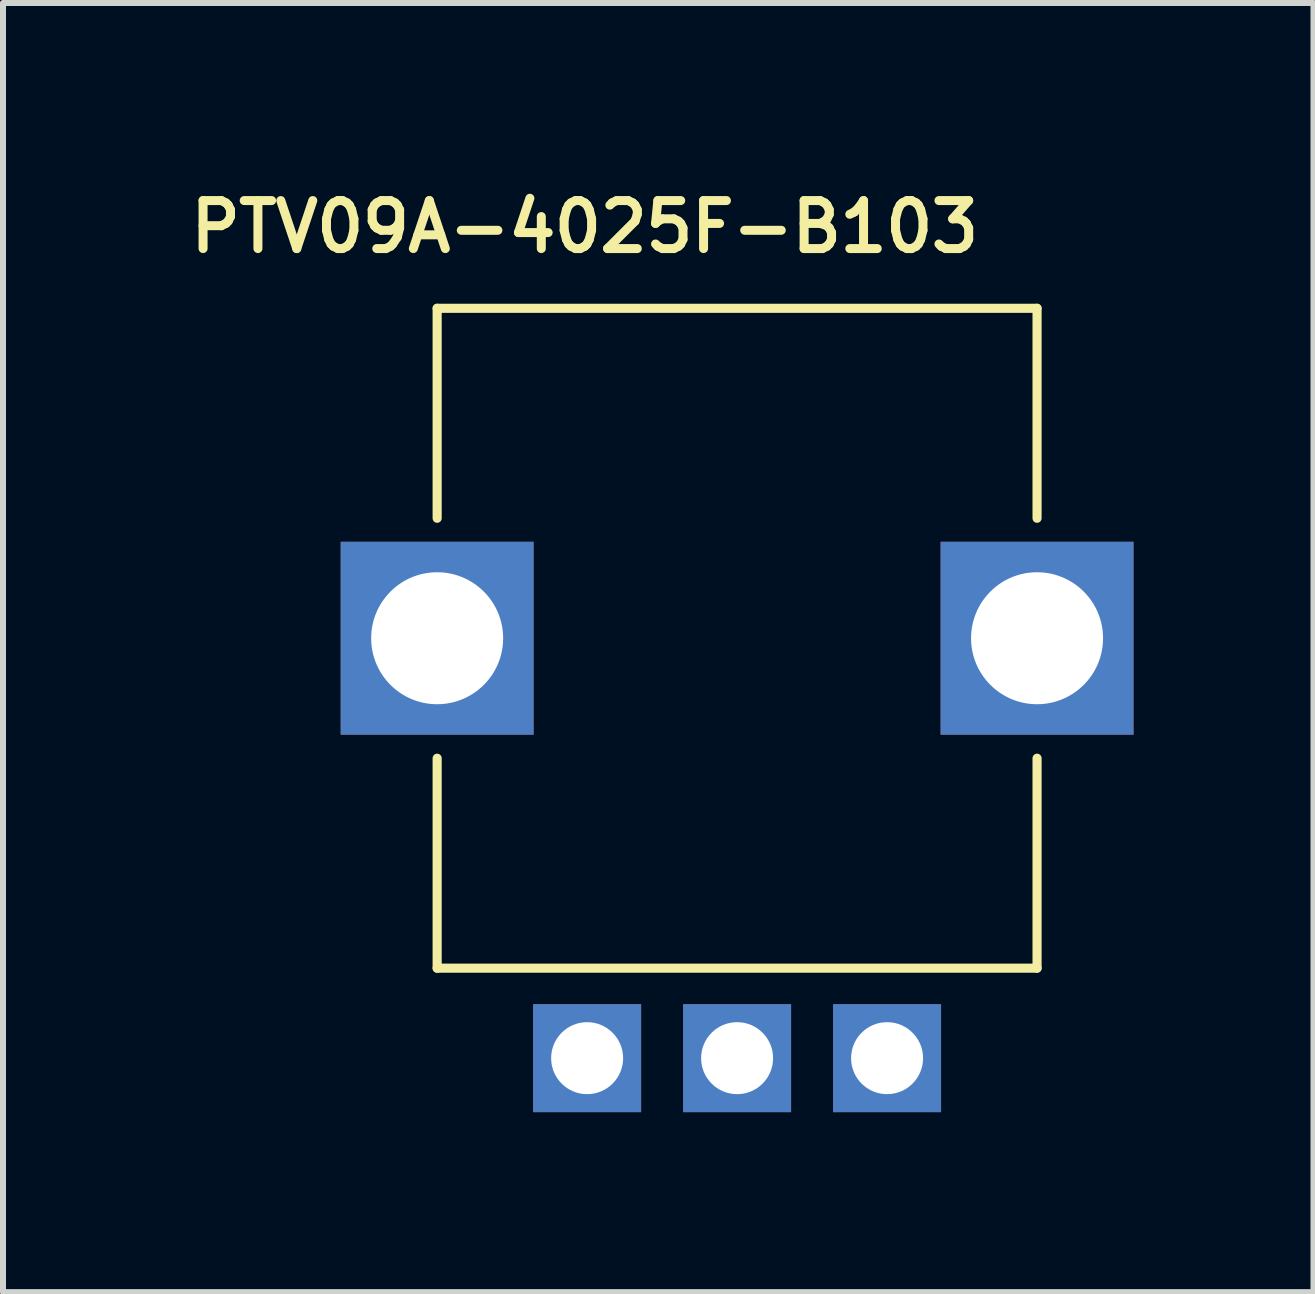
<source format=kicad_pcb>
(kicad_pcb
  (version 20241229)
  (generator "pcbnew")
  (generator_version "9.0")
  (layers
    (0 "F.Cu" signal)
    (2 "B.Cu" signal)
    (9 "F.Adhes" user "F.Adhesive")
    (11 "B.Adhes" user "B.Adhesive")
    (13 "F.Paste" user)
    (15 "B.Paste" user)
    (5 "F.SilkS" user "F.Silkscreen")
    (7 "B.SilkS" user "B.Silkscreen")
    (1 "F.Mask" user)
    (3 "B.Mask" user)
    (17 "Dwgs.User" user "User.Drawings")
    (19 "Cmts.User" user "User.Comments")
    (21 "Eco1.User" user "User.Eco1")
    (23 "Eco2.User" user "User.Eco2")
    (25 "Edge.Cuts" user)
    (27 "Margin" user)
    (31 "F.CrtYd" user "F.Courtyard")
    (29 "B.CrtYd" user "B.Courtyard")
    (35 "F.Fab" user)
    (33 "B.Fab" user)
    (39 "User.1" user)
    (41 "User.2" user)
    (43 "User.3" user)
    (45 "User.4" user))
  (footprint "PTV09A-4025F-B103"
    (layer "F.Cu")
    (at 9.237 7.589)
    (property "Reference" "PTV09A-4025F-B103" (at -2.54 -6.858 0) (layer "F.SilkS") (effects (font (size 0.8 0.8) (thickness 0.15))))
    (attr through_hole)
    (fp_line (start -5 -5.5) (end -5 -2) (stroke (width 0.152) (type solid)) (layer "F.SilkS"))
    (fp_line (start -5 -5.5) (end 5 -5.5) (stroke (width 0.152) (type solid)) (layer "F.SilkS"))
    (fp_line (start -5 2) (end -5 5.5) (stroke (width 0.152) (type solid)) (layer "F.SilkS"))
    (fp_line (start -5 5.5) (end 5 5.5) (stroke (width 0.152) (type solid)) (layer "F.SilkS"))
    (fp_line (start 5 -5.5) (end 5 -2) (stroke (width 0.152) (type solid)) (layer "F.SilkS"))
    (fp_line (start 5 5.5) (end 5 2) (stroke (width 0.152) (type solid)) (layer "F.SilkS"))
    (pad "1" thru_hole rect (at -2.5 7) (size 1.8 1.8) (drill 1.2) (layers "*.Cu" "*.Mask"))
    (pad "2" thru_hole rect (at 0 7) (size 1.8 1.8) (drill 1.2) (layers "*.Cu" "*.Mask"))
    (pad "3" thru_hole rect (at 2.5 7) (size 1.8 1.8) (drill 1.2) (layers "*.Cu" "*.Mask"))
    (pad "S1" thru_hole rect (at -5 0) (size 3.216 3.216) (drill 2.2) (layers "*.Cu" "*.Mask"))
    (pad "S2" thru_hole rect (at 5 0) (size 3.216 3.216) (drill 2.2) (layers "*.Cu" "*.Mask")))
  (gr_rect
    (start -3 -3)
    (end 18.845 18.489)
    (stroke (width 0.1) (type default))
    (fill no)
    (layer "Edge.Cuts")))
</source>
